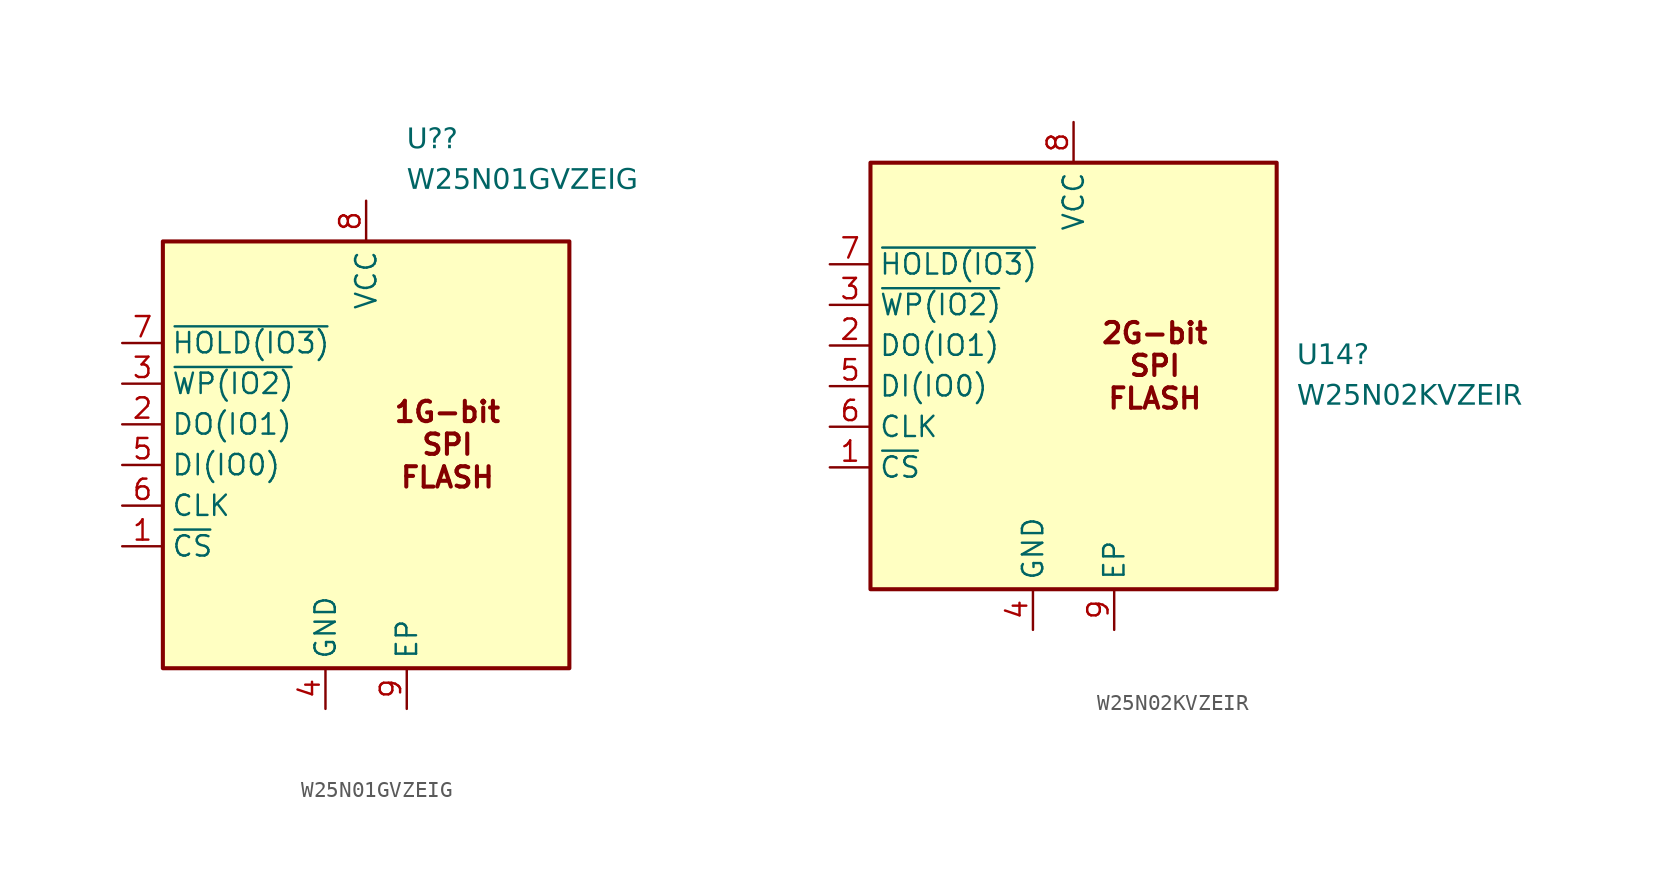
<source format=kicad_sym>
(kicad_symbol_lib
  (version 20220914)
  (generator kicad_symbol_editor)
  (symbol "W25N01GVZEIG"
    (property "Reference" "U?"
      (at 2.54 19.05 0)
      (effects (font (face "Liberation Sans") (size 1.27 1.27)) (justify left)))
    (property "Value" "W25N01GVZEIG"
      (at 2.54 16.51 0)
      (effects (font (face "Liberation Sans") (size 1.27 1.27)) (justify left)))
    (symbol "W25N01GVZEIG_1_1"
      (rectangle (start -12.7 12.7) (end 12.7 -13.97) (stroke (width 0.254) (type default)) (fill (type background)))
      (text "1G-bit\nSPI\nFLASH" (at 5.08 0 0) (effects (font (size 1.27 1.27) bold)))
      (pin input line (at -15.24 -6.35 0) (length 2.54) (name "~{CS}" (effects (font (size 1.27 1.27)))) (number "1" (effects (font (size 1.27 1.27)))))
      (pin bidirectional line (at -15.24 1.27 0) (length 2.54) (name "DO(IO1)" (effects (font (size 1.27 1.27)))) (number "2" (effects (font (size 1.27 1.27)))))
      (pin bidirectional line (at -15.24 3.81 0) (length 2.54) (name "~{WP(IO2)}" (effects (font (size 1.27 1.27)))) (number "3" (effects (font (size 1.27 1.27)))))
      (pin power_in line (at -2.54 -16.51 90) (length 2.54) (name "GND" (effects (font (size 1.27 1.27)))) (number "4" (effects (font (size 1.27 1.27)))))
      (pin bidirectional line (at -15.24 -1.27 0) (length 2.54) (name "DI(IO0)" (effects (font (size 1.27 1.27)))) (number "5" (effects (font (size 1.27 1.27)))))
      (pin input line (at -15.24 -3.81 0) (length 2.54) (name "CLK" (effects (font (size 1.27 1.27)))) (number "6" (effects (font (size 1.27 1.27)))))
      (pin bidirectional line (at -15.24 6.35 0) (length 2.54) (name "~{HOLD(IO3)}" (effects (font (size 1.27 1.27)))) (number "7" (effects (font (size 1.27 1.27)))))
      (pin power_in line (at 0 15.24 270) (length 2.54) (name "VCC" (effects (font (size 1.27 1.27)))) (number "8" (effects (font (size 1.27 1.27)))))
      (pin power_in line (at 2.54 -16.51 90) (length 2.54) (name "EP" (effects (font (size 1.27 1.27)))) (number "9" (effects (font (size 1.27 1.27)))))))
  (symbol "W25N02KVZEIR"
    (property "Reference" "U14"
      (at 13.97 0.635 0)
      (effects (font (face "Liberation Sans") (size 1.27 1.27)) (justify left)))
    (property "Value" "W25N02KVZEIR"
      (at 13.97 -1.905 0)
      (effects (font (face "Liberation Sans") (size 1.27 1.27)) (justify left)))
    (symbol "W25N02KVZEIR_1_1"
      (rectangle (start -12.7 12.7) (end 12.7 -13.97) (stroke (width 0.254) (type default)) (fill (type background)))
      (text "2G-bit\nSPI\nFLASH" (at 5.08 0 0) (effects (font (size 1.27 1.27) bold)))
      (pin input line (at -15.24 -6.35 0) (length 2.54) (name "~{CS}" (effects (font (size 1.27 1.27)))) (number "1" (effects (font (size 1.27 1.27)))))
      (pin bidirectional line (at -15.24 1.27 0) (length 2.54) (name "DO(IO1)" (effects (font (size 1.27 1.27)))) (number "2" (effects (font (size 1.27 1.27)))))
      (pin bidirectional line (at -15.24 3.81 0) (length 2.54) (name "~{WP(IO2)}" (effects (font (size 1.27 1.27)))) (number "3" (effects (font (size 1.27 1.27)))))
      (pin power_in line (at -2.54 -16.51 90) (length 2.54) (name "GND" (effects (font (size 1.27 1.27)))) (number "4" (effects (font (size 1.27 1.27)))))
      (pin bidirectional line (at -15.24 -1.27 0) (length 2.54) (name "DI(IO0)" (effects (font (size 1.27 1.27)))) (number "5" (effects (font (size 1.27 1.27)))))
      (pin input line (at -15.24 -3.81 0) (length 2.54) (name "CLK" (effects (font (size 1.27 1.27)))) (number "6" (effects (font (size 1.27 1.27)))))
      (pin bidirectional line (at -15.24 6.35 0) (length 2.54) (name "~{HOLD(IO3)}" (effects (font (size 1.27 1.27)))) (number "7" (effects (font (size 1.27 1.27)))))
      (pin power_in line (at 0 15.24 270) (length 2.54) (name "VCC" (effects (font (size 1.27 1.27)))) (number "8" (effects (font (size 1.27 1.27)))))
      (pin power_in line (at 2.54 -16.51 90) (length 2.54) (name "EP" (effects (font (size 1.27 1.27)))) (number "9" (effects (font (size 1.27 1.27))))))))
</source>
